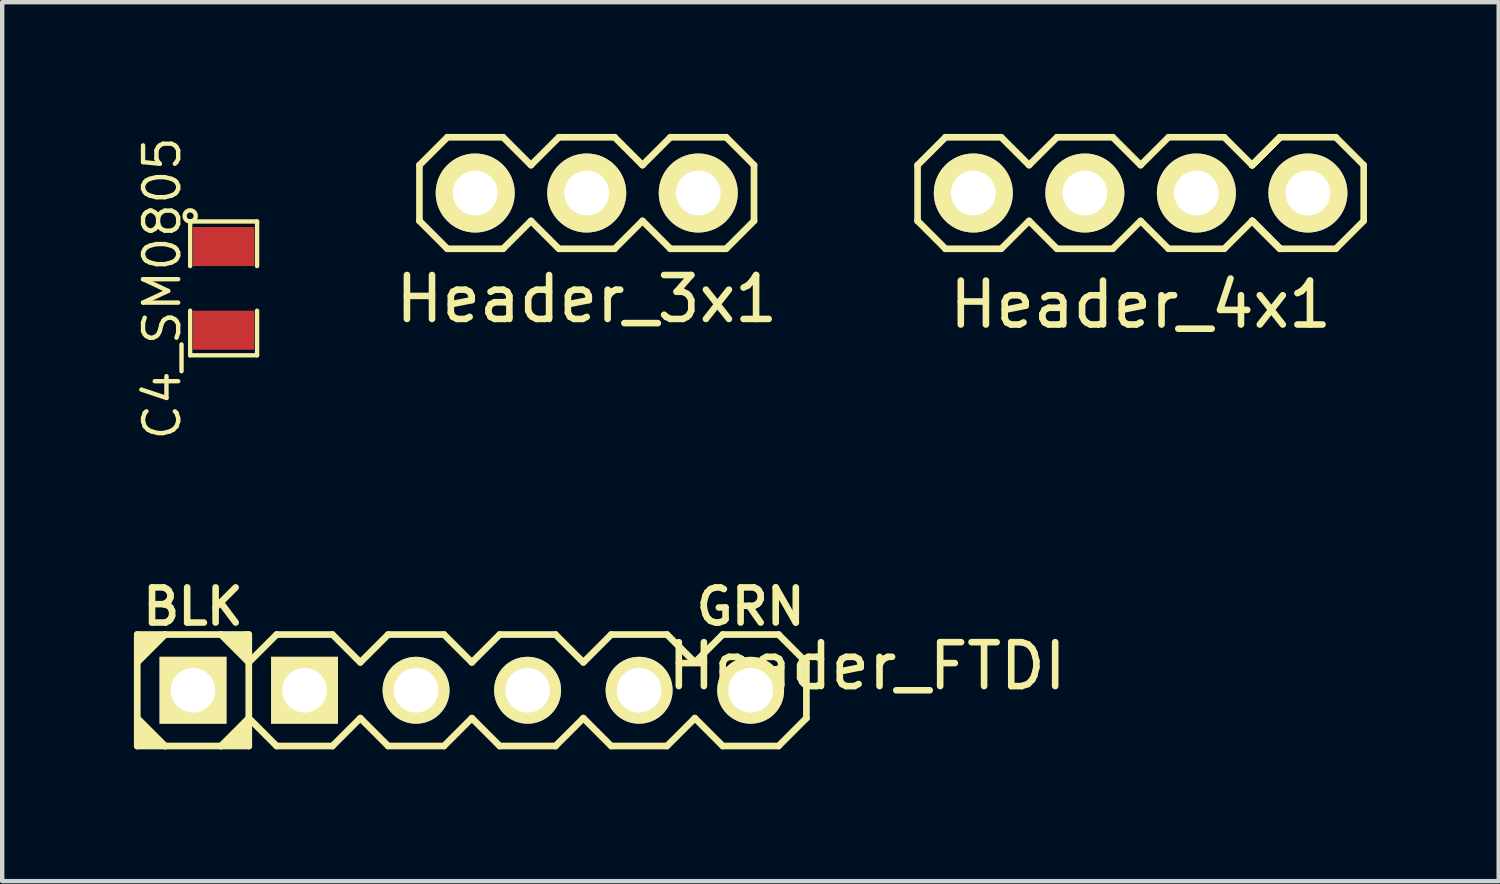
<source format=kicad_pcb>
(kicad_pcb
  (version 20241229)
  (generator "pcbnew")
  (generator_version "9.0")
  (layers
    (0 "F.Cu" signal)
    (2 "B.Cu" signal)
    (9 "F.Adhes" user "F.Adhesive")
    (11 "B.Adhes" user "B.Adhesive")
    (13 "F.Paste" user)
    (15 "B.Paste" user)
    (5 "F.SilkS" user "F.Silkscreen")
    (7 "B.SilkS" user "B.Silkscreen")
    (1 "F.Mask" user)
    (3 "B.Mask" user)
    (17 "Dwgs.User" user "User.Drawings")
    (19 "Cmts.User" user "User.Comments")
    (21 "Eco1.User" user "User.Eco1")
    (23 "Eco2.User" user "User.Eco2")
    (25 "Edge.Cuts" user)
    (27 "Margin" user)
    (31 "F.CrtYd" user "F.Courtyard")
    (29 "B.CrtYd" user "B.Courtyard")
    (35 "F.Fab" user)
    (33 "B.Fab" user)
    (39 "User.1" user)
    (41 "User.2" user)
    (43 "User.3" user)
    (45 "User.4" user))
  (footprint "C4_SM0805"
    (layer "F.Cu")
    (at 2.043 3.518)
    (property "Reference" "C4_SM0805" (at -1.4 0 90) (layer "F.SilkS") (effects (font (size 0.8 0.8) (thickness 0.1))))
    (attr smd)
    (fp_line (start -0.762 -1.524) (end 0.762 -1.524) (stroke (width 0.099) (type solid)) (layer "F.SilkS"))
    (fp_line (start -0.762 -0.508) (end -0.762 -1.524) (stroke (width 0.099) (type solid)) (layer "F.SilkS"))
    (fp_line (start -0.762 1.524) (end -0.762 0.508) (stroke (width 0.099) (type solid)) (layer "F.SilkS"))
    (fp_line (start 0.762 -1.524) (end 0.762 -0.508) (stroke (width 0.099) (type solid)) (layer "F.SilkS"))
    (fp_line (start 0.762 0.508) (end 0.762 1.524) (stroke (width 0.099) (type solid)) (layer "F.SilkS"))
    (fp_line (start 0.762 1.524) (end -0.762 1.524) (stroke (width 0.099) (type solid)) (layer "F.SilkS"))
    (fp_circle (center -0.762 -1.651) (end -0.635 -1.651) (stroke (width 0.099) (type solid)) (fill no) (layer "F.SilkS"))
    (pad "1" smd rect (at 0 -0.953 270) (size 0.889 1.397) (layers "F.Cu" "F.Mask" "F.Paste"))
    (pad "2" smd rect (at 0 0.953 270) (size 0.889 1.397) (layers "F.Cu" "F.Mask" "F.Paste")))
  (footprint "Header_FTDI"
    (layer "F.Cu")
    (at 7.696 12.671)
    (property "Reference" "Header_FTDI" (at 9 -0.55 0) (layer "F.SilkS") (effects (font (size 1 1) (thickness 0.15))))
    (attr smd)
    (fp_line (start -7.62 -1.27) (end -6.985 -1.27) (stroke (width 0.152) (type solid)) (layer "F.SilkS"))
    (fp_line (start -7.62 -0.635) (end -7.62 -1.27) (stroke (width 0.152) (type solid)) (layer "F.SilkS"))
    (fp_line (start -7.62 -0.635) (end -7.62 0.635) (stroke (width 0.152) (type solid)) (layer "F.SilkS"))
    (fp_line (start -7.62 0.635) (end -7.62 1.27) (stroke (width 0.152) (type solid)) (layer "F.SilkS"))
    (fp_line (start -7.62 0.635) (end -6.985 1.27) (stroke (width 0.152) (type solid)) (layer "F.SilkS"))
    (fp_line (start -7.62 1.27) (end -6.985 1.27) (stroke (width 0.152) (type solid)) (layer "F.SilkS"))
    (fp_line (start -7.493 -1.206) (end -7.493 -0.826) (stroke (width 0.152) (type solid)) (layer "F.SilkS"))
    (fp_line (start -7.493 1.206) (end -7.493 0.826) (stroke (width 0.152) (type solid)) (layer "F.SilkS"))
    (fp_line (start -7.366 -1.206) (end -7.366 -0.953) (stroke (width 0.152) (type solid)) (layer "F.SilkS"))
    (fp_line (start -7.366 1.206) (end -7.366 0.953) (stroke (width 0.152) (type solid)) (layer "F.SilkS"))
    (fp_line (start -7.239 -1.206) (end -7.239 -1.079) (stroke (width 0.152) (type solid)) (layer "F.SilkS"))
    (fp_line (start -7.239 1.206) (end -7.239 1.079) (stroke (width 0.152) (type solid)) (layer "F.SilkS"))
    (fp_line (start -6.985 -1.27) (end -7.62 -0.635) (stroke (width 0.152) (type solid)) (layer "F.SilkS"))
    (fp_line (start -6.985 1.27) (end -5.715 1.27) (stroke (width 0.152) (type solid)) (layer "F.SilkS"))
    (fp_line (start -5.715 -1.27) (end -6.985 -1.27) (stroke (width 0.152) (type solid)) (layer "F.SilkS"))
    (fp_line (start -5.715 -1.27) (end -5.144 -1.27) (stroke (width 0.152) (type solid)) (layer "F.SilkS"))
    (fp_line (start -5.715 1.27) (end -5.08 0.635) (stroke (width 0.152) (type solid)) (layer "F.SilkS"))
    (fp_line (start -5.461 -1.206) (end -5.461 -1.079) (stroke (width 0.152) (type solid)) (layer "F.SilkS"))
    (fp_line (start -5.461 1.206) (end -5.461 1.079) (stroke (width 0.152) (type solid)) (layer "F.SilkS"))
    (fp_line (start -5.334 -1.206) (end -5.334 -0.953) (stroke (width 0.152) (type solid)) (layer "F.SilkS"))
    (fp_line (start -5.334 1.206) (end -5.334 1.016) (stroke (width 0.152) (type solid)) (layer "F.SilkS"))
    (fp_line (start -5.207 -1.206) (end -5.207 -0.826) (stroke (width 0.152) (type solid)) (layer "F.SilkS"))
    (fp_line (start -5.207 1.206) (end -5.207 0.826) (stroke (width 0.152) (type solid)) (layer "F.SilkS"))
    (fp_line (start -5.144 -1.27) (end -5.08 -1.27) (stroke (width 0.152) (type solid)) (layer "F.SilkS"))
    (fp_line (start -5.08 -1.27) (end -5.08 -0.699) (stroke (width 0.152) (type solid)) (layer "F.SilkS"))
    (fp_line (start -5.08 -0.635) (end -5.715 -1.27) (stroke (width 0.152) (type solid)) (layer "F.SilkS"))
    (fp_line (start -5.08 -0.635) (end -5.08 0.635) (stroke (width 0.152) (type solid)) (layer "F.SilkS"))
    (fp_line (start -5.08 0.635) (end -5.08 1.27) (stroke (width 0.152) (type solid)) (layer "F.SilkS"))
    (fp_line (start -5.08 0.635) (end -4.445 1.27) (stroke (width 0.152) (type solid)) (layer "F.SilkS"))
    (fp_line (start -5.08 1.27) (end -5.715 1.27) (stroke (width 0.152) (type solid)) (layer "F.SilkS"))
    (fp_line (start -4.445 -1.27) (end -5.08 -0.635) (stroke (width 0.152) (type solid)) (layer "F.SilkS"))
    (fp_line (start -4.445 1.27) (end -3.175 1.27) (stroke (width 0.152) (type solid)) (layer "F.SilkS"))
    (fp_line (start -3.175 -1.27) (end -4.445 -1.27) (stroke (width 0.152) (type solid)) (layer "F.SilkS"))
    (fp_line (start -3.175 1.27) (end -2.54 0.635) (stroke (width 0.152) (type solid)) (layer "F.SilkS"))
    (fp_line (start -2.54 -0.635) (end -3.175 -1.27) (stroke (width 0.152) (type solid)) (layer "F.SilkS"))
    (fp_line (start -2.54 0.635) (end -1.905 1.27) (stroke (width 0.152) (type solid)) (layer "F.SilkS"))
    (fp_line (start -1.905 -1.27) (end -2.54 -0.635) (stroke (width 0.152) (type solid)) (layer "F.SilkS"))
    (fp_line (start -1.905 1.27) (end -0.635 1.27) (stroke (width 0.152) (type solid)) (layer "F.SilkS"))
    (fp_line (start -0.635 -1.27) (end -1.905 -1.27) (stroke (width 0.152) (type solid)) (layer "F.SilkS"))
    (fp_line (start -0.635 1.27) (end 0 0.635) (stroke (width 0.152) (type solid)) (layer "F.SilkS"))
    (fp_line (start 0 -0.635) (end -0.635 -1.27) (stroke (width 0.152) (type solid)) (layer "F.SilkS"))
    (fp_line (start 0 0.635) (end 0.635 1.27) (stroke (width 0.152) (type solid)) (layer "F.SilkS"))
    (fp_line (start 0.635 -1.27) (end 0 -0.635) (stroke (width 0.152) (type solid)) (layer "F.SilkS"))
    (fp_line (start 0.635 1.27) (end 1.905 1.27) (stroke (width 0.152) (type solid)) (layer "F.SilkS"))
    (fp_line (start 1.905 -1.27) (end 0.635 -1.27) (stroke (width 0.152) (type solid)) (layer "F.SilkS"))
    (fp_line (start 1.905 1.27) (end 2.54 0.635) (stroke (width 0.152) (type solid)) (layer "F.SilkS"))
    (fp_line (start 2.54 -0.635) (end 1.905 -1.27) (stroke (width 0.152) (type solid)) (layer "F.SilkS"))
    (fp_line (start 2.54 0.635) (end 3.175 1.27) (stroke (width 0.152) (type solid)) (layer "F.SilkS"))
    (fp_line (start 3.175 -1.27) (end 2.54 -0.635) (stroke (width 0.152) (type solid)) (layer "F.SilkS"))
    (fp_line (start 3.175 1.27) (end 4.445 1.27) (stroke (width 0.152) (type solid)) (layer "F.SilkS"))
    (fp_line (start 4.445 -1.27) (end 3.175 -1.27) (stroke (width 0.152) (type solid)) (layer "F.SilkS"))
    (fp_line (start 4.445 1.27) (end 5.08 0.635) (stroke (width 0.152) (type solid)) (layer "F.SilkS"))
    (fp_line (start 5.08 -0.635) (end 4.445 -1.27) (stroke (width 0.152) (type solid)) (layer "F.SilkS"))
    (fp_line (start 5.08 0.635) (end 5.715 1.27) (stroke (width 0.152) (type solid)) (layer "F.SilkS"))
    (fp_line (start 5.715 -1.27) (end 5.08 -0.635) (stroke (width 0.152) (type solid)) (layer "F.SilkS"))
    (fp_line (start 5.715 1.27) (end 6.985 1.27) (stroke (width 0.152) (type solid)) (layer "F.SilkS"))
    (fp_line (start 6.985 -1.27) (end 5.715 -1.27) (stroke (width 0.152) (type solid)) (layer "F.SilkS"))
    (fp_line (start 6.985 1.27) (end 7.62 0.635) (stroke (width 0.152) (type solid)) (layer "F.SilkS"))
    (fp_line (start 7.62 -0.635) (end 6.985 -1.27) (stroke (width 0.152) (type solid)) (layer "F.SilkS"))
    (fp_line (start 7.62 0.635) (end 7.62 -0.635) (stroke (width 0.152) (type solid)) (layer "F.SilkS"))
    (fp_text user "BLK" (at -6.35 -1.905 0) (layer "F.SilkS") (effects (font (size 0.8 0.8) (thickness 0.15))))
    (fp_text user "GRN" (at 6.35 -1.905 0) (layer "F.SilkS") (effects (font (size 0.8 0.8) (thickness 0.15))))
    (pad "1" thru_hole rect (at -6.35 0) (size 1.524 1.524) (drill 1.016) (layers "*.Cu" "*.Mask" "F.SilkS"))
    (pad "2" thru_hole rect (at -3.81 0) (size 1.524 1.524) (drill 1.016) (layers "*.Cu" "*.Mask" "F.SilkS"))
    (pad "3" thru_hole circle (at -1.27 0) (size 1.524 1.524) (drill 1.016) (layers "*.Cu" "*.Mask" "F.SilkS"))
    (pad "4" thru_hole circle (at 1.27 0) (size 1.524 1.524) (drill 1.016) (layers "*.Cu" "*.Mask" "F.SilkS"))
    (pad "5" thru_hole circle (at 3.81 0) (size 1.524 1.524) (drill 1.016) (layers "*.Cu" "*.Mask" "F.SilkS"))
    (pad "6" thru_hole circle (at 6.35 0) (size 1.524 1.524) (drill 1.016) (layers "*.Cu" "*.Mask" "F.SilkS")))
  (footprint "Header_3x1"
    (layer "F.Cu")
    (at 10.313 1.346)
    (property "Reference" "Header_3x1" (at 0 2.413 0) (layer "F.SilkS") (effects (font (size 1 1) (thickness 0.15))))
    (attr smd)
    (fp_line (start -3.81 -0.635) (end -3.81 0.635) (stroke (width 0.15) (type solid)) (layer "F.SilkS"))
    (fp_line (start -3.81 0.635) (end -3.175 1.27) (stroke (width 0.152) (type solid)) (layer "F.SilkS"))
    (fp_line (start -3.175 -1.27) (end -3.81 -0.635) (stroke (width 0.152) (type solid)) (layer "F.SilkS"))
    (fp_line (start -3.175 1.27) (end -1.905 1.27) (stroke (width 0.152) (type solid)) (layer "F.SilkS"))
    (fp_line (start -1.905 -1.27) (end -3.175 -1.27) (stroke (width 0.152) (type solid)) (layer "F.SilkS"))
    (fp_line (start -1.905 1.27) (end -1.27 0.635) (stroke (width 0.152) (type solid)) (layer "F.SilkS"))
    (fp_line (start -1.27 -0.635) (end -1.905 -1.27) (stroke (width 0.152) (type solid)) (layer "F.SilkS"))
    (fp_line (start -1.27 0.635) (end -0.635 1.27) (stroke (width 0.152) (type solid)) (layer "F.SilkS"))
    (fp_line (start -0.635 -1.27) (end -1.27 -0.635) (stroke (width 0.152) (type solid)) (layer "F.SilkS"))
    (fp_line (start -0.635 1.27) (end 0.635 1.27) (stroke (width 0.152) (type solid)) (layer "F.SilkS"))
    (fp_line (start 0.635 -1.27) (end -0.635 -1.27) (stroke (width 0.152) (type solid)) (layer "F.SilkS"))
    (fp_line (start 0.635 1.27) (end 1.27 0.635) (stroke (width 0.152) (type solid)) (layer "F.SilkS"))
    (fp_line (start 1.27 -0.635) (end 0.635 -1.27) (stroke (width 0.152) (type solid)) (layer "F.SilkS"))
    (fp_line (start 1.27 0.635) (end 1.905 1.27) (stroke (width 0.152) (type solid)) (layer "F.SilkS"))
    (fp_line (start 1.905 -1.27) (end 1.27 -0.635) (stroke (width 0.152) (type solid)) (layer "F.SilkS"))
    (fp_line (start 1.905 1.27) (end 3.175 1.27) (stroke (width 0.152) (type solid)) (layer "F.SilkS"))
    (fp_line (start 3.175 -1.27) (end 1.905 -1.27) (stroke (width 0.152) (type solid)) (layer "F.SilkS"))
    (fp_line (start 3.175 1.27) (end 3.81 0.635) (stroke (width 0.152) (type solid)) (layer "F.SilkS"))
    (fp_line (start 3.81 -0.635) (end 3.175 -1.27) (stroke (width 0.152) (type solid)) (layer "F.SilkS"))
    (fp_line (start 3.81 0.635) (end 3.81 -0.635) (stroke (width 0.152) (type solid)) (layer "F.SilkS"))
    (pad "1" thru_hole circle (at -2.54 0) (size 1.8 1.8) (drill 1.02) (layers "*.Cu" "*.Mask" "F.SilkS"))
    (pad "2" thru_hole circle (at 0 0) (size 1.8 1.8) (drill 1.02) (layers "*.Cu" "*.Mask" "F.SilkS"))
    (pad "3" thru_hole circle (at 2.54 0) (size 1.8 1.8) (drill 1.02) (layers "*.Cu" "*.Mask" "F.SilkS")))
  (footprint "Header_4x1"
    (layer "F.Cu")
    (at 21.658 1.346)
    (property "Reference" "Header_4x1" (at 1.27 2.54 0) (layer "F.SilkS") (effects (font (size 1 1) (thickness 0.15))))
    (attr smd)
    (fp_line (start -3.81 -0.635) (end -3.81 0.635) (stroke (width 0.15) (type solid)) (layer "F.SilkS"))
    (fp_line (start -3.81 0.635) (end -3.175 1.27) (stroke (width 0.152) (type solid)) (layer "F.SilkS"))
    (fp_line (start -3.175 -1.27) (end -3.81 -0.635) (stroke (width 0.152) (type solid)) (layer "F.SilkS"))
    (fp_line (start -3.175 1.27) (end -1.905 1.27) (stroke (width 0.152) (type solid)) (layer "F.SilkS"))
    (fp_line (start -1.905 -1.27) (end -3.175 -1.27) (stroke (width 0.152) (type solid)) (layer "F.SilkS"))
    (fp_line (start -1.905 1.27) (end -1.27 0.635) (stroke (width 0.152) (type solid)) (layer "F.SilkS"))
    (fp_line (start -1.27 -0.635) (end -1.905 -1.27) (stroke (width 0.152) (type solid)) (layer "F.SilkS"))
    (fp_line (start -1.27 0.635) (end -0.635 1.27) (stroke (width 0.152) (type solid)) (layer "F.SilkS"))
    (fp_line (start -0.635 -1.27) (end -1.27 -0.635) (stroke (width 0.152) (type solid)) (layer "F.SilkS"))
    (fp_line (start -0.635 1.27) (end 0.635 1.27) (stroke (width 0.152) (type solid)) (layer "F.SilkS"))
    (fp_line (start 0.635 -1.27) (end -0.635 -1.27) (stroke (width 0.152) (type solid)) (layer "F.SilkS"))
    (fp_line (start 0.635 1.27) (end 1.27 0.635) (stroke (width 0.152) (type solid)) (layer "F.SilkS"))
    (fp_line (start 1.27 -0.635) (end 0.635 -1.27) (stroke (width 0.152) (type solid)) (layer "F.SilkS"))
    (fp_line (start 1.27 -0.635) (end 1.905 -1.27) (stroke (width 0.15) (type solid)) (layer "F.SilkS"))
    (fp_line (start 1.905 -1.27) (end 3.175 -1.27) (stroke (width 0.15) (type solid)) (layer "F.SilkS"))
    (fp_line (start 1.905 1.27) (end 1.27 0.635) (stroke (width 0.15) (type solid)) (layer "F.SilkS"))
    (fp_line (start 3.175 -1.27) (end 3.81 -0.635) (stroke (width 0.15) (type solid)) (layer "F.SilkS"))
    (fp_line (start 3.175 1.27) (end 1.905 1.27) (stroke (width 0.15) (type solid)) (layer "F.SilkS"))
    (fp_line (start 3.81 0.635) (end 3.175 1.27) (stroke (width 0.15) (type solid)) (layer "F.SilkS"))
    (fp_line (start 3.81 0.635) (end 4.445 1.27) (stroke (width 0.152) (type solid)) (layer "F.SilkS"))
    (fp_line (start 3.81 0.635) (end 4.445 1.27) (stroke (width 0.152) (type solid)) (layer "F.SilkS"))
    (fp_line (start 3.81 0.635) (end 4.445 1.27) (stroke (width 0.152) (type solid)) (layer "F.SilkS"))
    (fp_line (start 3.81 0.635) (end 4.445 1.27) (stroke (width 0.152) (type solid)) (layer "F.SilkS"))
    (fp_line (start 4.445 -1.27) (end 3.81 -0.635) (stroke (width 0.152) (type solid)) (layer "F.SilkS"))
    (fp_line (start 4.445 -1.27) (end 3.81 -0.635) (stroke (width 0.152) (type solid)) (layer "F.SilkS"))
    (fp_line (start 4.445 -1.27) (end 3.81 -0.635) (stroke (width 0.152) (type solid)) (layer "F.SilkS"))
    (fp_line (start 4.445 -1.27) (end 3.81 -0.635) (stroke (width 0.152) (type solid)) (layer "F.SilkS"))
    (fp_line (start 4.445 -1.27) (end 5.715 -1.27) (stroke (width 0.15) (type solid)) (layer "F.SilkS"))
    (fp_line (start 5.715 -1.27) (end 6.35 -0.635) (stroke (width 0.15) (type solid)) (layer "F.SilkS"))
    (fp_line (start 5.715 1.27) (end 4.445 1.27) (stroke (width 0.15) (type solid)) (layer "F.SilkS"))
    (fp_line (start 6.35 -0.635) (end 6.35 0.635) (stroke (width 0.15) (type solid)) (layer "F.SilkS"))
    (fp_line (start 6.35 0.635) (end 5.715 1.27) (stroke (width 0.15) (type solid)) (layer "F.SilkS"))
    (pad "1" thru_hole circle (at -2.54 0) (size 1.8 1.8) (drill 1.02) (layers "*.Cu" "*.Mask" "F.SilkS"))
    (pad "2" thru_hole circle (at 0 0) (size 1.8 1.8) (drill 1.02) (layers "*.Cu" "*.Mask" "F.SilkS"))
    (pad "3" thru_hole circle (at 2.54 0) (size 1.8 1.8) (drill 1.02) (layers "*.Cu" "*.Mask" "F.SilkS"))
    (pad "4" thru_hole circle (at 5.08 0) (size 1.8 1.8) (drill 1.02) (layers "*.Cu" "*.Mask" "F.SilkS")))
  (gr_rect
    (start -3 -3)
    (end 31.083 17.018)
    (stroke (width 0.1) (type default))
    (fill no)
    (layer "Edge.Cuts")))
</source>
